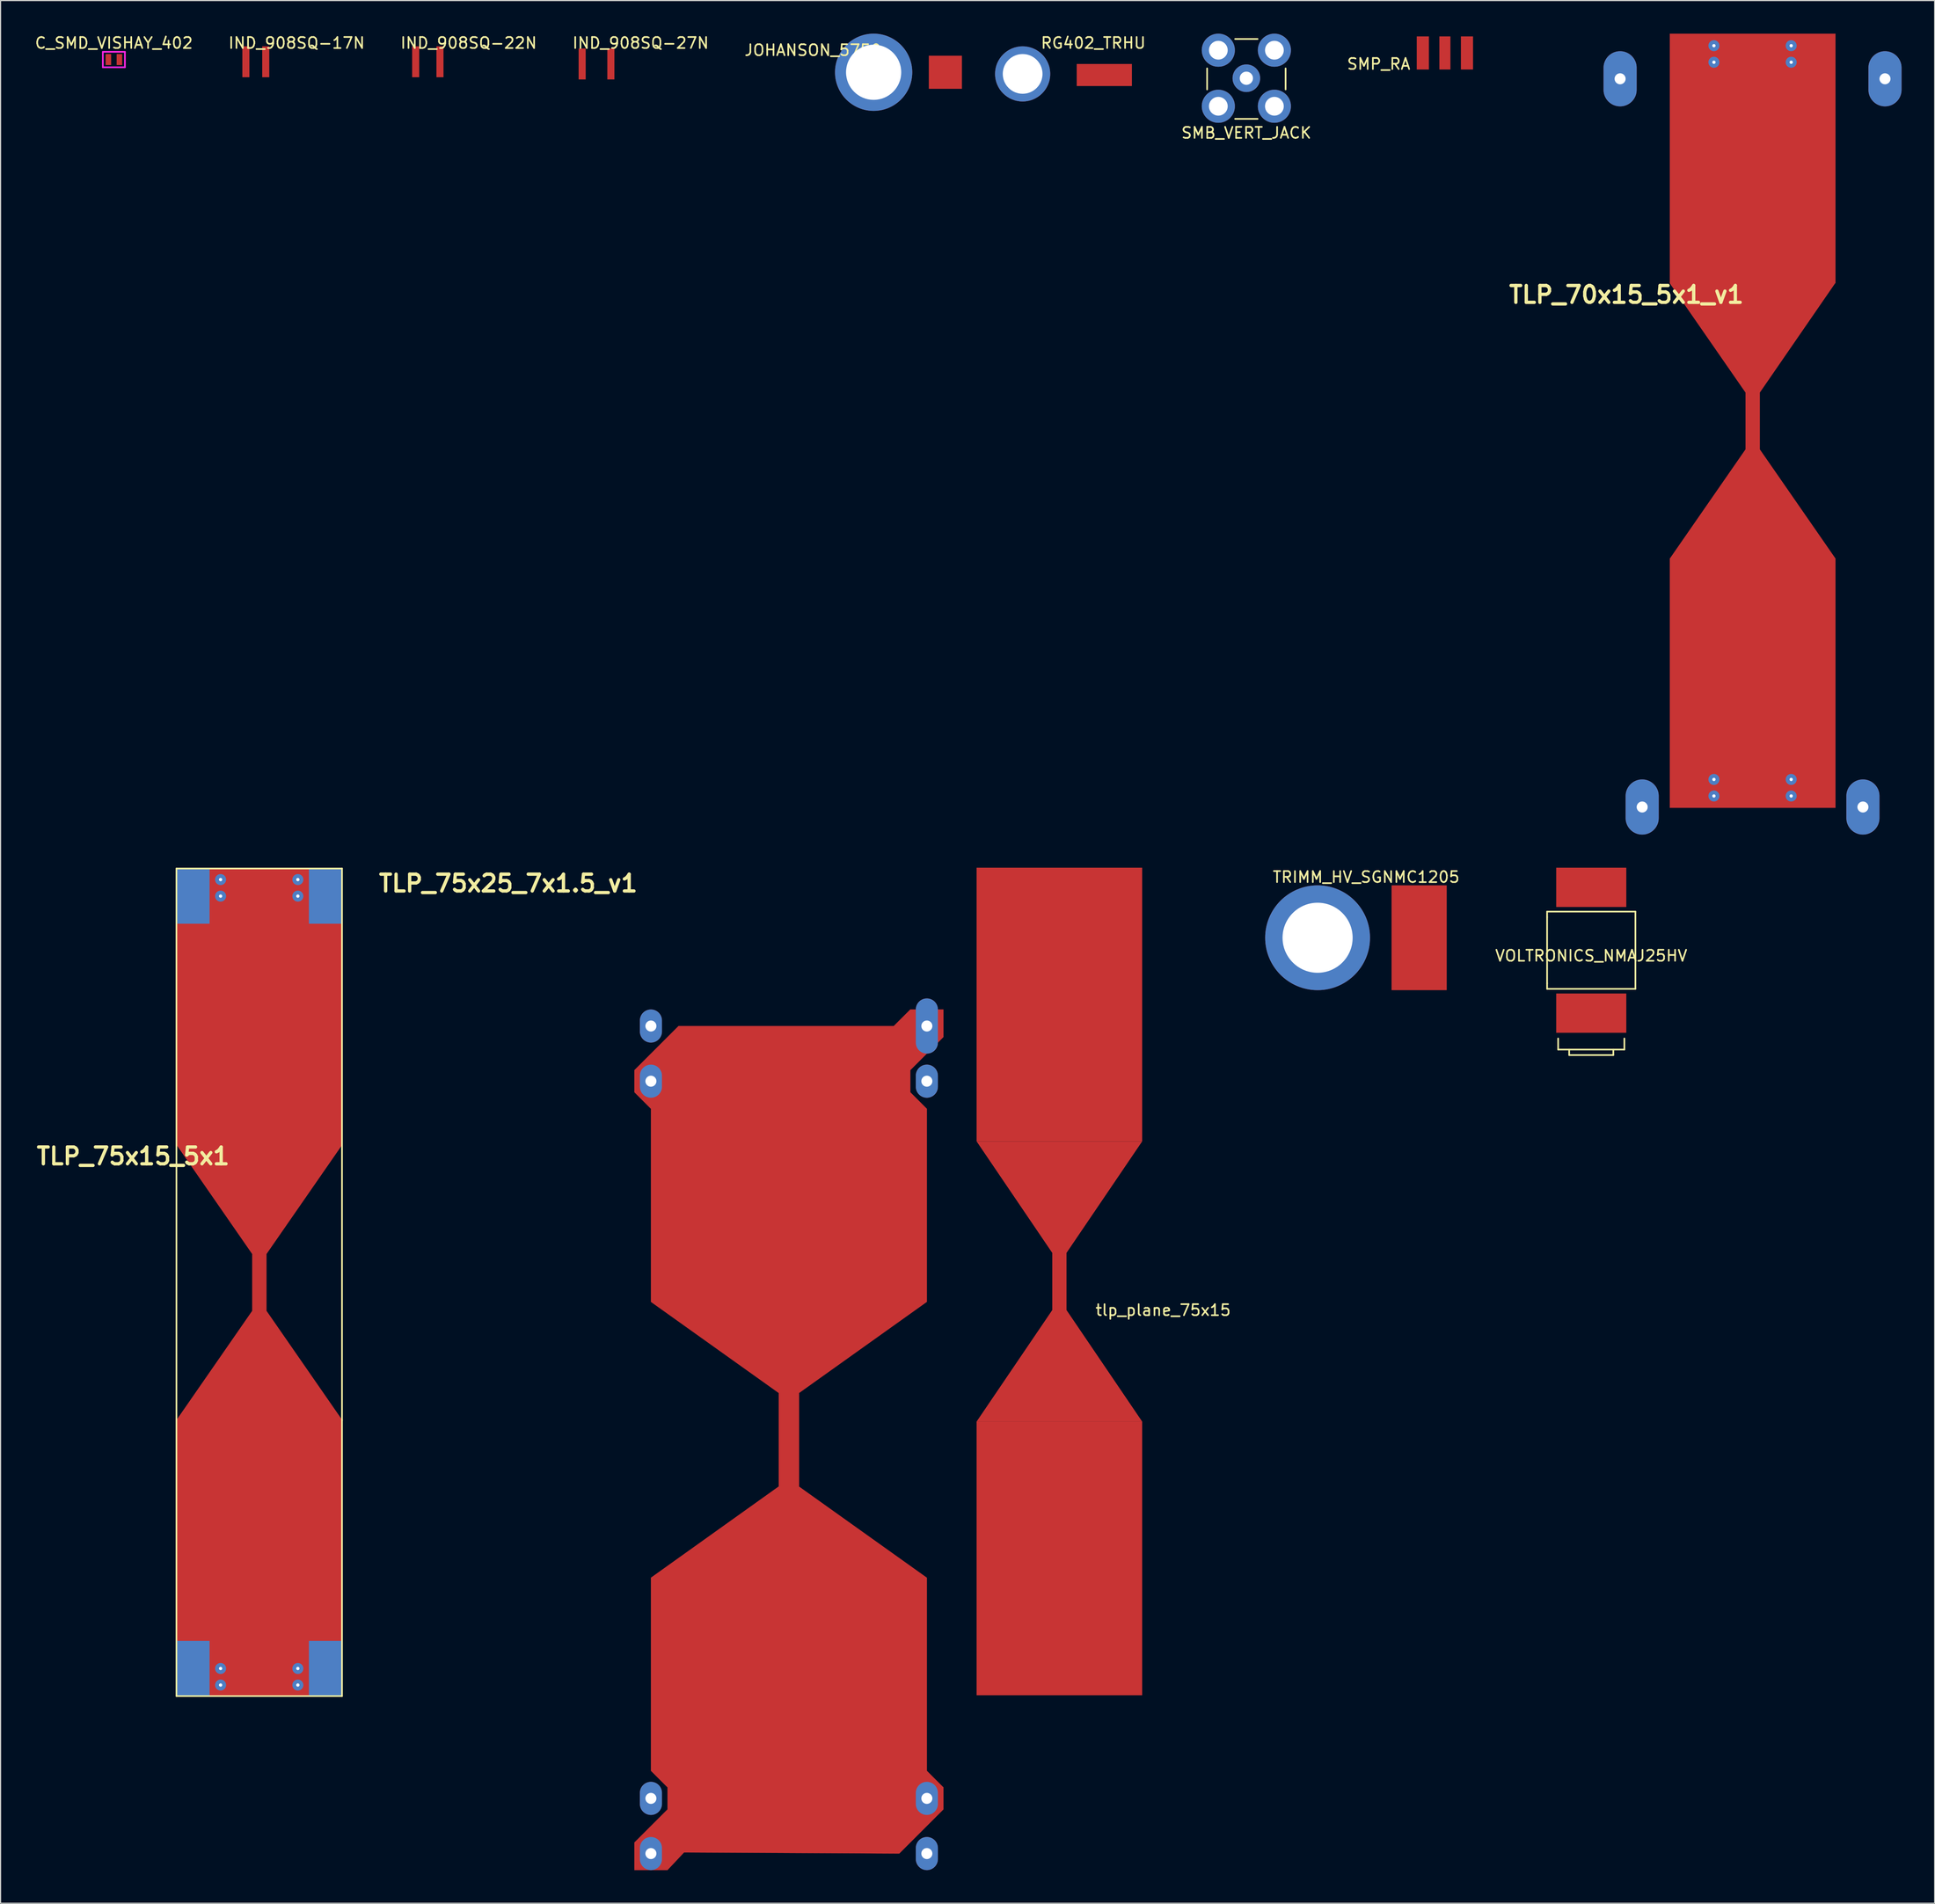
<source format=kicad_pcb>
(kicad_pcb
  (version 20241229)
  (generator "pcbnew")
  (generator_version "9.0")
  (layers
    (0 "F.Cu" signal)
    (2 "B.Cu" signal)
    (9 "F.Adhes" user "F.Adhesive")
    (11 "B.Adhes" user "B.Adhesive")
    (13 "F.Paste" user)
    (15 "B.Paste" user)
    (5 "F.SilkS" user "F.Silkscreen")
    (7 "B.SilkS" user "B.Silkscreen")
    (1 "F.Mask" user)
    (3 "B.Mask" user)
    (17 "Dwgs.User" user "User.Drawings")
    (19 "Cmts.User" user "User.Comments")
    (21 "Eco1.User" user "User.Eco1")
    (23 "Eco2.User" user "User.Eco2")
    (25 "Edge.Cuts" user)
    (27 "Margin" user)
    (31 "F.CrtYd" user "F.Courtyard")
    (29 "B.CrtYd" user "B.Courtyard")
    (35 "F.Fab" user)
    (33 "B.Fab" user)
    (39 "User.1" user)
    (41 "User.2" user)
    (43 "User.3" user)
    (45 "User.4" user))
  (footprint "SMB_VERT_JACK"
    (layer "F.Cu")
    (at 109.87 4.04)
    (property "Reference" "SMB_VERT_JACK" (at 0 4.953 0) (layer "F.SilkS") (effects (font (size 1 1) (thickness 0.15))))
    (attr through_hole)
    (fp_line (start -3.556 -0.889) (end -3.556 1.016) (stroke (width 0.15) (type solid)) (layer "F.SilkS"))
    (fp_line (start -1.016 -3.556) (end 1.016 -3.556) (stroke (width 0.15) (type solid)) (layer "F.SilkS"))
    (fp_line (start -1.016 3.683) (end 1.016 3.683) (stroke (width 0.15) (type solid)) (layer "F.SilkS"))
    (fp_line (start 3.556 1.016) (end 3.556 -0.889) (stroke (width 0.15) (type solid)) (layer "F.SilkS"))
    (pad "1" thru_hole circle (at 0 0) (size 2.5 2.5) (drill 1.2) (layers "*.Cu" "*.Mask"))
    (pad "2" thru_hole circle (at -2.54 -2.54) (size 3 3) (drill 1.7) (layers "*.Cu" "*.Mask"))
    (pad "2" thru_hole circle (at -2.54 2.54) (size 3 3) (drill 1.7) (layers "*.Cu" "*.Mask"))
    (pad "2" thru_hole circle (at 2.54 -2.54) (size 3 3) (drill 1.7) (layers "*.Cu" "*.Mask"))
    (pad "2" thru_hole circle (at 2.54 2.54) (size 3 3) (drill 1.7) (layers "*.Cu" "*.Mask")))
  (footprint "IND_908SQ-17N"
    (layer "F.Cu")
    (at 20.127 2.548)
    (property "Reference" "IND_908SQ-17N" (at 3.7 -1.7 0) (layer "F.SilkS") (effects (font (size 1 1) (thickness 0.15))))
    (attr through_hole)
    (pad "1" smd rect (at -0.9 0) (size 0.64 2.8) (layers "F.Cu" "F.Mask" "F.Paste"))
    (pad "2" smd rect (at 0.9 0) (size 0.64 2.8) (layers "F.Cu" "F.Mask" "F.Paste")))
  (footprint "TLP_75x25_7x1.5_v1"
    (layer "F.Cu")
    (at 54.423 88.439)
    (property "Reference" "TLP_75x25_7x1.5_v1" (at -11.43 -11.43 0) (layer "F.SilkS") (effects (font (size 1.524 1.524) (thickness 0.3))))
    (attr through_hole)
    (fp_poly (pts (xy 0 75.5) (xy 3 72.5) (xy 3 70.5) (xy 1.5 69) (xy 1.5 51.5) (xy 13.08 43.23) (xy 13.08 34.76) (xy 1.5 26.5) (xy 1.5 9) (xy 0 7.5) (xy 0 5.5) (xy 4 1.5) (xy 23.5 1.5) (xy 25 0) (xy 28 0) (xy 28 2.5) (xy 25 5.5) (xy 25 7.5) (xy 26.5 9) (xy 26.5 26.5) (xy 14.92 34.76) (xy 14.92 43.24) (xy 26.5 51.5) (xy 26.5 69) (xy 28 70.5) (xy 28 72.5) (xy 24 76.5) (xy 4.5 76.4) (xy 3 78) (xy 0 78)) (stroke (width 0.01) (type solid)) (fill yes) (layer "F.Cu"))
    (pad "1" thru_hole oval (at 1.5 1.5) (size 2 3) (drill 1) (layers "*.Cu" "*.Mask"))
    (pad "2" thru_hole oval (at 1.5 6.5) (size 2 3) (drill 1) (layers "*.Cu" "*.Mask"))
    (pad "3" thru_hole oval (at 26.5 1.5) (size 2 5) (drill 1) (layers "*.Cu" "*.Mask"))
    (pad "4" thru_hole oval (at 26.5 6.5) (size 2 3) (drill 1) (layers "*.Cu" "*.Mask"))
    (pad "5" thru_hole oval (at 1.5 71.5) (size 2 3) (drill 1) (layers "*.Cu" "*.Mask"))
    (pad "6" thru_hole oval (at 1.5 76.5) (size 2 3) (drill 1) (layers "*.Cu" "*.Mask"))
    (pad "7" thru_hole oval (at 26.5 71.5) (size 2 3) (drill 1) (layers "*.Cu" "*.Mask"))
    (pad "8]]]" thru_hole oval (at 26.5 76.5) (size 2 3) (drill 1) (layers "*.Cu" "*.Mask")))
  (footprint "C_SMD_VISHAY_402"
    (layer "F.Cu")
    (at 7.268 2.348)
    (property "Reference" "C_SMD_VISHAY_402" (at 0 -1.5 0) (layer "F.SilkS") (effects (font (size 1 1) (thickness 0.15))))
    (attr through_hole)
    (fp_line (start -1 -0.7) (end 1 -0.7) (stroke (width 0.15) (type solid)) (layer "F.CrtYd"))
    (fp_line (start -1 0.7) (end -1 -0.7) (stroke (width 0.15) (type solid)) (layer "F.CrtYd"))
    (fp_line (start 1 -0.7) (end 1 0.7) (stroke (width 0.15) (type solid)) (layer "F.CrtYd"))
    (fp_line (start 1 0.7) (end -1 0.7) (stroke (width 0.15) (type solid)) (layer "F.CrtYd"))
    (pad "1" smd rect (at -0.5 0) (size 0.5 1) (layers "F.Cu" "F.Mask" "F.Paste"))
    (pad "2" smd rect (at 0.5 0) (size 0.5 1) (layers "F.Cu" "F.Mask" "F.Paste")))
  (footprint "SMP_RA"
    (layer "F.Cu")
    (at 127.858 0.25)
    (property "Reference" "SMP_RA" (at -6 2.5 0) (layer "F.SilkS") (effects (font (size 1 1) (thickness 0.15))))
    (attr through_hole)
    (pad "1" smd rect (at 0 1.5) (size 1 3) (layers "F.Cu" "F.Mask" "F.Paste"))
    (pad "2" smd rect (at -2 1.5) (size 1.1 3) (layers "F.Cu" "F.Mask" "F.Paste"))
    (pad "2" smd rect (at 2 1.5) (size 1.1 3) (layers "F.Cu" "F.Mask" "F.Paste")))
  (footprint "IND_908SQ-22N"
    (layer "F.Cu")
    (at 35.711 2.548)
    (property "Reference" "IND_908SQ-22N" (at 3.7 -1.7 0) (layer "F.SilkS") (effects (font (size 1 1) (thickness 0.15))))
    (attr through_hole)
    (pad "1" smd rect (at -1.1 0) (size 0.64 2.8) (layers "F.Cu" "F.Mask" "F.Paste"))
    (pad "2" smd rect (at 1.1 0) (size 0.64 2.8) (layers "F.Cu" "F.Mask" "F.Paste")))
  (footprint "VOLTRONICS_NMAJ25HV"
    (layer "F.Cu")
    (at 141.117 83.071)
    (property "Reference" "VOLTRONICS_NMAJ25HV" (at 0 0.5 0) (layer "F.SilkS") (effects (font (size 1 1) (thickness 0.15))))
    (attr through_hole)
    (fp_line (start -4 -3.5) (end 4 -3.5) (stroke (width 0.15) (type solid)) (layer "F.SilkS"))
    (fp_line (start -4 -3) (end -4 -3.5) (stroke (width 0.15) (type solid)) (layer "F.SilkS"))
    (fp_line (start -4 3) (end -4 -3) (stroke (width 0.15) (type solid)) (layer "F.SilkS"))
    (fp_line (start -4 3.5) (end -4 3) (stroke (width 0.15) (type solid)) (layer "F.SilkS"))
    (fp_line (start -3 8) (end -3 9) (stroke (width 0.15) (type solid)) (layer "F.SilkS"))
    (fp_line (start -3 9) (end 3 9) (stroke (width 0.15) (type solid)) (layer "F.SilkS"))
    (fp_line (start -2 9) (end -2 9.5) (stroke (width 0.15) (type solid)) (layer "F.SilkS"))
    (fp_line (start -2 9.5) (end 2 9.5) (stroke (width 0.15) (type solid)) (layer "F.SilkS"))
    (fp_line (start 2 9.5) (end 2 9) (stroke (width 0.15) (type solid)) (layer "F.SilkS"))
    (fp_line (start 3 9) (end 3 8) (stroke (width 0.15) (type solid)) (layer "F.SilkS"))
    (fp_line (start 4 -3.5) (end 4 3.5) (stroke (width 0.15) (type solid)) (layer "F.SilkS"))
    (fp_line (start 4 3.5) (end -4 3.5) (stroke (width 0.15) (type solid)) (layer "F.SilkS"))
    (pad "1" smd rect (at 0 5.7) (size 6.35 3.56) (layers "F.Cu" "F.Mask" "F.Paste"))
    (pad "2" smd rect (at 0 -5.7) (size 6.35 3.56) (layers "F.Cu" "F.Mask" "F.Paste")))
  (footprint "tlp_plane_75x15"
    (layer "F.Cu")
    (at 92.93 113.091)
    (property "Reference" "tlp_plane_75x15" (at 9.4 2.6 0) (layer "F.SilkS") (effects (font (size 1 1) (thickness 0.15))))
    (attr through_hole)
    (pad "1" smd trapezoid (at 0 -12.7) (size 15 24.8) (drill (offset 0 -12.4)) (layers "F.Cu" "F.Paste"))
    (pad "1" smd trapezoid (at 0 -2.6) (size 8.154 10.1) (rect_delta 0 -6.85) (drill (offset 0 -5.05)) (layers "F.Cu" "F.Paste"))
    (pad "1" smd rect (at 0 0) (size 1.29 6) (layers "F.Cu" "F.Paste"))
    (pad "1" smd trapezoid (at 0 2.6 180) (size 8.154 10.1) (rect_delta 0 -6.85) (drill (offset 0 -5.05)) (layers "F.Cu" "F.Paste"))
    (pad "2" smd trapezoid (at 0 12.7) (size 15 24.8) (drill (offset 0 12.4)) (layers "F.Cu" "F.Paste")))
  (footprint "IND_908SQ-27N"
    (layer "F.Cu")
    (at 50.994 2.748)
    (property "Reference" "IND_908SQ-27N" (at 4 -1.9 0) (layer "F.SilkS") (effects (font (size 1 1) (thickness 0.15))))
    (attr through_hole)
    (pad "1" smd rect (at -1.3 0) (size 0.64 2.8) (layers "F.Cu" "F.Mask" "F.Paste"))
    (pad "2" smd rect (at 1.3 0) (size 0.64 2.8) (layers "F.Cu" "F.Mask" "F.Paste")))
  (footprint "RG402_TRHU"
    (layer "F.Cu")
    (at 89.701 3.648)
    (property "Reference" "RG402_TRHU" (at 6.3 -2.8 0) (layer "F.SilkS") (effects (font (size 1 1) (thickness 0.15))))
    (attr through_hole)
    (pad "1" smd rect (at 7.3 0.1) (size 5 2) (layers "F.Cu" "F.Mask" "F.Paste"))
    (pad "2" thru_hole circle (at -0.1 0) (size 5 5) (drill 3.6) (layers "*.Cu" "*.Mask")))
  (footprint "JOHANSON_5750"
    (layer "F.Cu")
    (at 76.101 3.5)
    (property "Reference" "JOHANSON_5750" (at -5.5 -2 0) (layer "F.SilkS") (effects (font (size 1 1) (thickness 0.15))))
    (attr through_hole)
    (pad "1" thru_hole circle (at 0 0) (size 7 7) (drill 5) (layers "*.Cu" "*.Mask"))
    (pad "2" smd rect (at 6.5 0) (size 3 3) (layers "F.Cu" "F.Mask" "F.Paste")))
  (footprint "TLP_70x15_5x1_v1"
    (layer "F.Cu")
    (at 155.731 35.091)
    (property "Reference" "TLP_70x15_5x1_v1" (at -11.43 -11.43 0) (layer "F.SilkS") (effects (font (size 1.524 1.524) (thickness 0.3))))
    (attr through_hole)
    (fp_poly (pts (xy 7.5 -12.5) (xy 0.656 -2.565) (xy 0.656 2.586) (xy 7.514 12.485) (xy 7.514 35.073) (xy -7.493 35.073) (xy -7.493 12.485) (xy -4.064 7.536) (xy -0.635 2.587) (xy -0.635 0.011) (xy -0.635 -2.565) (xy -7.493 -12.464) (xy -7.493 -35.086) (xy 7.514 -35.086) (xy 7.514 -12.464)) (stroke (width 0.01) (type solid)) (fill yes) (layer "F.Cu"))
    (pad "1" thru_hole circle (at -3.5 -34) (size 1 1) (drill 0.3) (layers "*.Cu"))
    (pad "1" thru_hole circle (at -3.5 -32.5) (size 1 1) (drill 0.3) (layers "*.Cu"))
    (pad "1" thru_hole circle (at 3.5 -34) (size 1 1) (drill 0.3) (layers "*.Cu"))
    (pad "1" thru_hole circle (at 3.5 -32.5) (size 1 1) (drill 0.3) (layers "*.Cu"))
    (pad "2" thru_hole oval (at -12 -31) (size 3 5) (drill 1) (layers "*.Cu" "*.Mask"))
    (pad "3" thru_hole oval (at 12 -31) (size 3 5) (drill 1) (layers "*.Cu" "*.Mask"))
    (pad "4" thru_hole circle (at -3.5 32.5) (size 1 1) (drill 0.3) (layers "*.Cu"))
    (pad "4" thru_hole circle (at -3.5 34) (size 1 1) (drill 0.3) (layers "*.Cu"))
    (pad "4" thru_hole circle (at 3.5 32.5) (size 1 1) (drill 0.3) (layers "*.Cu"))
    (pad "4" thru_hole circle (at 3.5 34) (size 1 1) (drill 0.3) (layers "*.Cu"))
    (pad "5" thru_hole oval (at -10 35) (size 3 5) (drill 1) (layers "*.Cu" "*.Mask"))
    (pad "6" thru_hole oval (at 10 35) (size 3 5) (drill 1) (layers "*.Cu" "*.Mask")))
  (footprint "TLP_75x15_5x1"
    (layer "F.Cu")
    (at 20.436 113.166)
    (property "Reference" "TLP_75x15_5x1" (at -11.43 -11.43 0) (layer "F.SilkS") (effects (font (size 1.524 1.524) (thickness 0.3))))
    (attr through_hole)
    (fp_poly (pts (xy 7.514 -12.464) (xy 0.656 -2.565) (xy 0.656 2.586) (xy 7.514 12.485) (xy 7.514 37.507) (xy -7.493 37.507) (xy -7.493 12.485) (xy -4.064 7.536) (xy -0.635 2.587) (xy -0.635 0.011) (xy -0.635 -2.565) (xy -7.493 -12.464) (xy -7.493 -37.486) (xy 7.514 -37.486) (xy 7.514 -12.464)) (stroke (width 0.01) (type solid)) (fill yes) (layer "F.Cu"))
    (fp_line (start -7.5 -37.5) (end 7.5 -37.5) (stroke (width 0.15) (type solid)) (layer "F.SilkS"))
    (fp_line (start -7.5 37.5) (end -7.5 -37.5) (stroke (width 0.15) (type solid)) (layer "F.SilkS"))
    (fp_line (start 7.5 -37.5) (end 7.5 12.5) (stroke (width 0.15) (type solid)) (layer "F.SilkS"))
    (fp_line (start 7.5 12.5) (end 7.5 37.5) (stroke (width 0.15) (type solid)) (layer "F.SilkS"))
    (fp_line (start 7.5 37.5) (end -7.5 37.5) (stroke (width 0.15) (type solid)) (layer "F.SilkS"))
    (pad "1" thru_hole circle (at -3.5 -36.5) (size 1 1) (drill 0.3) (layers "*.Cu"))
    (pad "1" thru_hole circle (at -3.5 -35) (size 1 1) (drill 0.3) (layers "*.Cu"))
    (pad "1" thru_hole circle (at 3.5 -36.5) (size 1 1) (drill 0.3) (layers "*.Cu"))
    (pad "1" thru_hole circle (at 3.5 -35) (size 1 1) (drill 0.3) (layers "*.Cu"))
    (pad "2" smd rect (at -6 -35) (size 3 5) (layers "B.Cu" "B.Mask" "B.Paste"))
    (pad "3" smd rect (at 6 -35) (size 3 5) (layers "B.Cu" "B.Mask" "B.Paste"))
    (pad "4" thru_hole circle (at -3.5 35) (size 1 1) (drill 0.3) (layers "*.Cu"))
    (pad "4" thru_hole circle (at -3.5 36.5) (size 1 1) (drill 0.3) (layers "*.Cu"))
    (pad "4" thru_hole circle (at 3.5 35) (size 1 1) (drill 0.3) (layers "*.Cu"))
    (pad "4" thru_hole circle (at 3.5 36.5) (size 1 1) (drill 0.3) (layers "*.Cu"))
    (pad "5" smd rect (at -6 35) (size 3 5) (layers "B.Cu" "B.Mask" "B.Paste"))
    (pad "6" smd rect (at 6 35) (size 3 5) (layers "B.Cu" "B.Mask" "B.Paste")))
  (footprint "TRIMM_HV_SGNMC1205"
    (layer "F.Cu")
    (at 116.324 81.839)
    (property "Reference" "TRIMM_HV_SGNMC1205" (at 4.4 -5.4 0) (layer "F.SilkS") (effects (font (size 1 1) (thickness 0.15))))
    (attr through_hole)
    (pad "1" thru_hole circle (at 0 0.1) (size 9.5 9.5) (drill 6.35) (layers "*.Cu" "*.Mask"))
    (pad "2" smd rect (at 9.2 0.1) (size 5 9.5) (layers "F.Cu" "F.Mask" "F.Paste")))
  (gr_rect
    (start -3 -3)
    (end 172.231 169.444)
    (stroke (width 0.1) (type default))
    (fill no)
    (layer "Edge.Cuts")))
</source>
